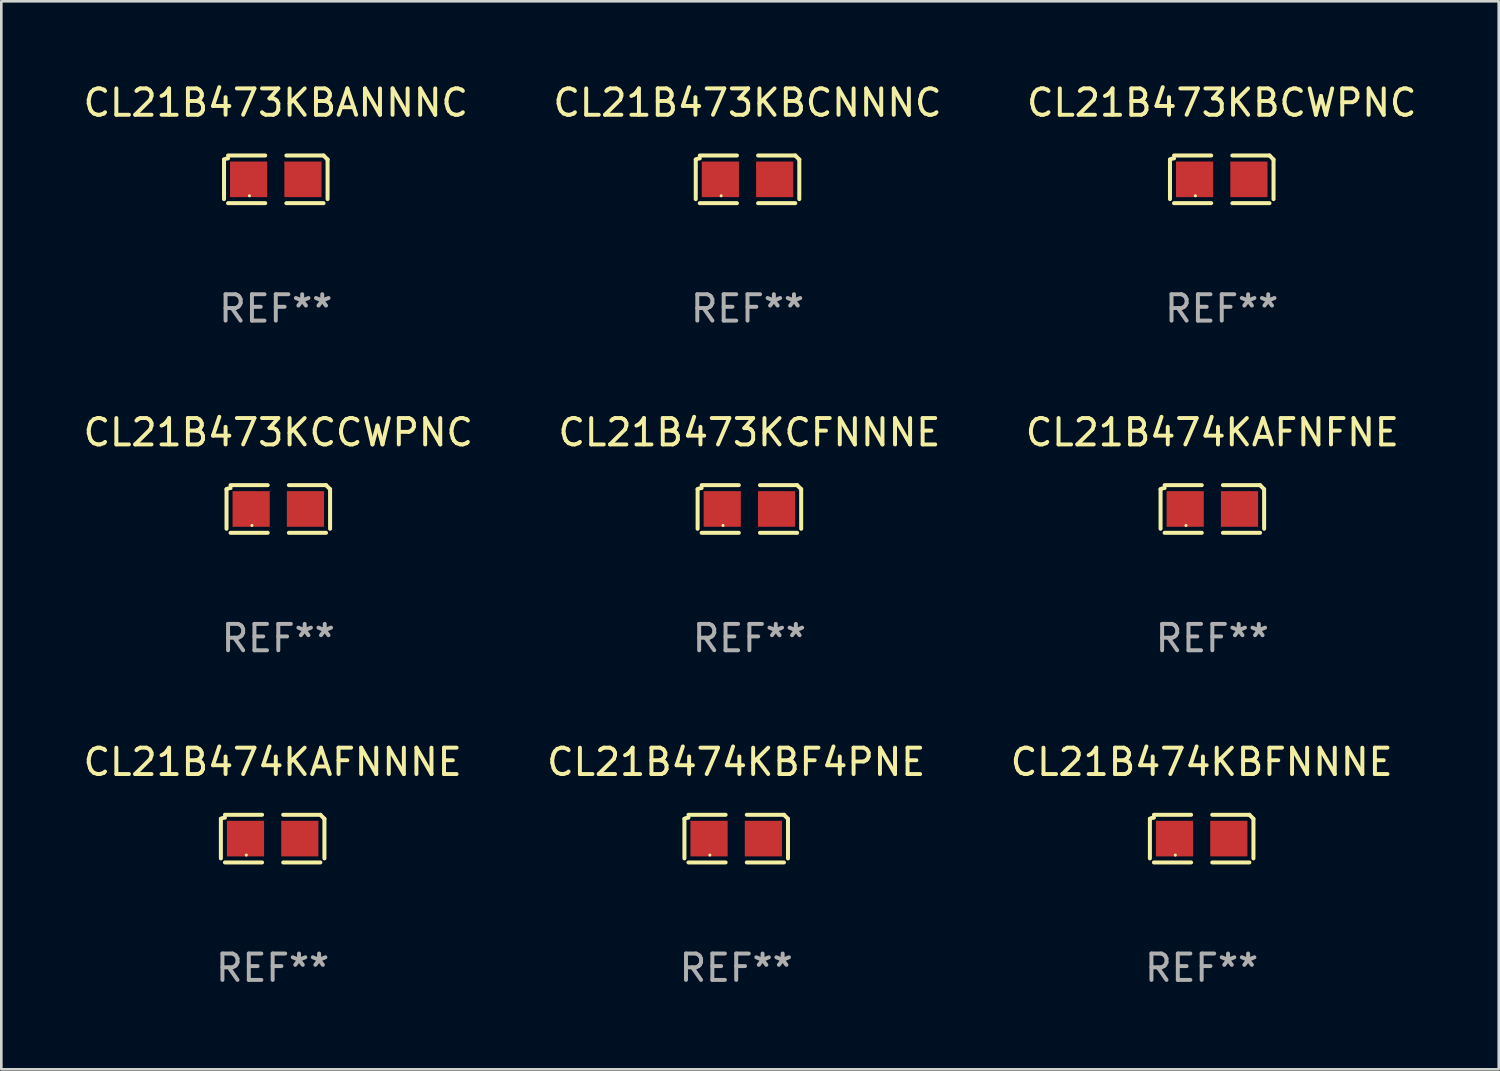
<source format=kicad_pcb>
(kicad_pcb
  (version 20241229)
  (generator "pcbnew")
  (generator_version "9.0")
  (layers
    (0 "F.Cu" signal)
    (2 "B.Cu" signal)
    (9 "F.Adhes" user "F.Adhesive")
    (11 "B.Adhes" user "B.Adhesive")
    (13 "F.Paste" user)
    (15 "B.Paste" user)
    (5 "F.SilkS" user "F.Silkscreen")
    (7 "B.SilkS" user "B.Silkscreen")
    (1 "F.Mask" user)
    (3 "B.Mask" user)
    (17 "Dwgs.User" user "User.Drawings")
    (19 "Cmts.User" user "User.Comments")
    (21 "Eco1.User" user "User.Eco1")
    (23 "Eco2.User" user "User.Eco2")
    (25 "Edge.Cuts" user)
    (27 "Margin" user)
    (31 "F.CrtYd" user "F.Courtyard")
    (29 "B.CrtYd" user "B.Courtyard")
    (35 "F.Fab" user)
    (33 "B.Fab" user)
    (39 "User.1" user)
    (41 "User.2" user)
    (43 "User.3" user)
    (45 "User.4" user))
  (footprint "CL21B474KAFNNNE"
    (layer "F.Cu")
    (at 7.292 28.759)
    (property "Reference" "CL21B474KAFNNNE" (at 0 -2.904 0) (layer "F.SilkS") (effects (font (size 1 1) (thickness 0.15))))
    (attr through_hole)
    (fp_line (start -1.964 0.751) (end -1.964 -0.751) (stroke (width 0.152) (type solid)) (layer "F.SilkS"))
    (fp_line (start -1.811 -0.904) (end -0.401 -0.904) (stroke (width 0.152) (type solid)) (layer "F.SilkS"))
    (fp_line (start -0.401 0.904) (end -1.811 0.904) (stroke (width 0.152) (type solid)) (layer "F.SilkS"))
    (fp_line (start 0.401 0.904) (end 1.811 0.904) (stroke (width 0.152) (type solid)) (layer "F.SilkS"))
    (fp_line (start 1.811 -0.904) (end 0.401 -0.904) (stroke (width 0.152) (type solid)) (layer "F.SilkS"))
    (fp_line (start 1.964 0.751) (end 1.964 -0.751) (stroke (width 0.152) (type solid)) (layer "F.SilkS"))
    (fp_arc (start -1.963602 -0.751207) (mid -1.890354 -0.783131) (end -1.811201 -0.794044) (stroke (width 0.1524) (type solid)) (layer "F.SilkS"))
    (fp_arc (start 1.811202 -0.903607) (mid 1.887413 -0.827418) (end 1.963602 -0.751207) (stroke (width 0.1524) (type solid)) (layer "F.SilkS"))
    (fp_circle (center -1 0.625) (end -0.97 0.625) (stroke (width 0.06) (type solid)) (fill no) (layer "F.SilkS"))
    (fp_text user "REF**" (at 0 4.904 0) (layer "F.Fab") (effects (font (size 1 1) (thickness 0.15))))
    (pad "1" smd rect (at -1.03 0) (size 1.41 1.35) (layers "F.Cu" "F.Mask" "F.Paste"))
    (pad "2" smd rect (at 1.03 0) (size 1.41 1.35) (layers "F.Cu" "F.Mask" "F.Paste")))
  (footprint "CL21B474KAFNFNE"
    (layer "F.Cu")
    (at 42.935 16.256)
    (property "Reference" "CL21B474KAFNFNE" (at 0 -2.904 0) (layer "F.SilkS") (effects (font (size 1 1) (thickness 0.15))))
    (attr through_hole)
    (fp_line (start -1.964 0.751) (end -1.964 -0.751) (stroke (width 0.152) (type solid)) (layer "F.SilkS"))
    (fp_line (start -1.811 -0.904) (end -0.401 -0.904) (stroke (width 0.152) (type solid)) (layer "F.SilkS"))
    (fp_line (start -0.401 0.904) (end -1.811 0.904) (stroke (width 0.152) (type solid)) (layer "F.SilkS"))
    (fp_line (start 0.401 0.904) (end 1.811 0.904) (stroke (width 0.152) (type solid)) (layer "F.SilkS"))
    (fp_line (start 1.811 -0.904) (end 0.401 -0.904) (stroke (width 0.152) (type solid)) (layer "F.SilkS"))
    (fp_line (start 1.964 0.751) (end 1.964 -0.751) (stroke (width 0.152) (type solid)) (layer "F.SilkS"))
    (fp_arc (start -1.963602 -0.751207) (mid -1.890354 -0.783131) (end -1.811201 -0.794044) (stroke (width 0.1524) (type solid)) (layer "F.SilkS"))
    (fp_arc (start 1.811202 -0.903607) (mid 1.887413 -0.827418) (end 1.963602 -0.751207) (stroke (width 0.1524) (type solid)) (layer "F.SilkS"))
    (fp_circle (center -1 0.625) (end -0.97 0.625) (stroke (width 0.06) (type solid)) (fill no) (layer "F.SilkS"))
    (fp_text user "REF**" (at 0 4.904 0) (layer "F.Fab") (effects (font (size 1 1) (thickness 0.15))))
    (pad "1" smd rect (at -1.03 0) (size 1.41 1.35) (layers "F.Cu" "F.Mask" "F.Paste"))
    (pad "2" smd rect (at 1.03 0) (size 1.41 1.35) (layers "F.Cu" "F.Mask" "F.Paste")))
  (footprint "CL21B473KBCNNNC"
    (layer "F.Cu")
    (at 25.304 3.752)
    (property "Reference" "CL21B473KBCNNNC" (at 0 -2.904 0) (layer "F.SilkS") (effects (font (size 1 1) (thickness 0.15))))
    (attr through_hole)
    (fp_line (start -1.964 0.751) (end -1.964 -0.751) (stroke (width 0.152) (type solid)) (layer "F.SilkS"))
    (fp_line (start -1.811 -0.904) (end -0.401 -0.904) (stroke (width 0.152) (type solid)) (layer "F.SilkS"))
    (fp_line (start -0.401 0.904) (end -1.811 0.904) (stroke (width 0.152) (type solid)) (layer "F.SilkS"))
    (fp_line (start 0.401 0.904) (end 1.811 0.904) (stroke (width 0.152) (type solid)) (layer "F.SilkS"))
    (fp_line (start 1.811 -0.904) (end 0.401 -0.904) (stroke (width 0.152) (type solid)) (layer "F.SilkS"))
    (fp_line (start 1.964 0.751) (end 1.964 -0.751) (stroke (width 0.152) (type solid)) (layer "F.SilkS"))
    (fp_arc (start -1.963602 -0.751207) (mid -1.890354 -0.783131) (end -1.811201 -0.794044) (stroke (width 0.1524) (type solid)) (layer "F.SilkS"))
    (fp_arc (start 1.811202 -0.903607) (mid 1.887413 -0.827418) (end 1.963602 -0.751207) (stroke (width 0.1524) (type solid)) (layer "F.SilkS"))
    (fp_circle (center -1 0.625) (end -0.97 0.625) (stroke (width 0.06) (type solid)) (fill no) (layer "F.SilkS"))
    (fp_text user "REF**" (at 0 4.904 0) (layer "F.Fab") (effects (font (size 1 1) (thickness 0.15))))
    (pad "1" smd rect (at -1.03 0) (size 1.41 1.35) (layers "F.Cu" "F.Mask" "F.Paste"))
    (pad "2" smd rect (at 1.03 0) (size 1.41 1.35) (layers "F.Cu" "F.Mask" "F.Paste")))
  (footprint "CL21B474KBF4PNE"
    (layer "F.Cu")
    (at 24.875 28.759)
    (property "Reference" "CL21B474KBF4PNE" (at 0 -2.904 0) (layer "F.SilkS") (effects (font (size 1 1) (thickness 0.15))))
    (attr through_hole)
    (fp_line (start -1.964 0.751) (end -1.964 -0.751) (stroke (width 0.152) (type solid)) (layer "F.SilkS"))
    (fp_line (start -1.811 -0.904) (end -0.401 -0.904) (stroke (width 0.152) (type solid)) (layer "F.SilkS"))
    (fp_line (start -0.401 0.904) (end -1.811 0.904) (stroke (width 0.152) (type solid)) (layer "F.SilkS"))
    (fp_line (start 0.401 0.904) (end 1.811 0.904) (stroke (width 0.152) (type solid)) (layer "F.SilkS"))
    (fp_line (start 1.811 -0.904) (end 0.401 -0.904) (stroke (width 0.152) (type solid)) (layer "F.SilkS"))
    (fp_line (start 1.964 0.751) (end 1.964 -0.751) (stroke (width 0.152) (type solid)) (layer "F.SilkS"))
    (fp_arc (start -1.963602 -0.751207) (mid -1.890354 -0.783131) (end -1.811201 -0.794044) (stroke (width 0.1524) (type solid)) (layer "F.SilkS"))
    (fp_arc (start 1.811202 -0.903607) (mid 1.887413 -0.827418) (end 1.963602 -0.751207) (stroke (width 0.1524) (type solid)) (layer "F.SilkS"))
    (fp_circle (center -1 0.625) (end -0.97 0.625) (stroke (width 0.06) (type solid)) (fill no) (layer "F.SilkS"))
    (fp_text user "REF**" (at 0 4.904 0) (layer "F.Fab") (effects (font (size 1 1) (thickness 0.15))))
    (pad "1" smd rect (at -1.03 0) (size 1.41 1.35) (layers "F.Cu" "F.Mask" "F.Paste"))
    (pad "2" smd rect (at 1.03 0) (size 1.41 1.35) (layers "F.Cu" "F.Mask" "F.Paste")))
  (footprint "CL21B474KBFNNNE"
    (layer "F.Cu")
    (at 42.53 28.759)
    (property "Reference" "CL21B474KBFNNNE" (at 0 -2.904 0) (layer "F.SilkS") (effects (font (size 1 1) (thickness 0.15))))
    (attr through_hole)
    (fp_line (start -1.964 0.751) (end -1.964 -0.751) (stroke (width 0.152) (type solid)) (layer "F.SilkS"))
    (fp_line (start -1.811 -0.904) (end -0.401 -0.904) (stroke (width 0.152) (type solid)) (layer "F.SilkS"))
    (fp_line (start -0.401 0.904) (end -1.811 0.904) (stroke (width 0.152) (type solid)) (layer "F.SilkS"))
    (fp_line (start 0.401 0.904) (end 1.811 0.904) (stroke (width 0.152) (type solid)) (layer "F.SilkS"))
    (fp_line (start 1.811 -0.904) (end 0.401 -0.904) (stroke (width 0.152) (type solid)) (layer "F.SilkS"))
    (fp_line (start 1.964 0.751) (end 1.964 -0.751) (stroke (width 0.152) (type solid)) (layer "F.SilkS"))
    (fp_arc (start -1.963602 -0.751207) (mid -1.890354 -0.783131) (end -1.811201 -0.794044) (stroke (width 0.1524) (type solid)) (layer "F.SilkS"))
    (fp_arc (start 1.811202 -0.903607) (mid 1.887413 -0.827418) (end 1.963602 -0.751207) (stroke (width 0.1524) (type solid)) (layer "F.SilkS"))
    (fp_circle (center -1 0.625) (end -0.97 0.625) (stroke (width 0.06) (type solid)) (fill no) (layer "F.SilkS"))
    (fp_text user "REF**" (at 0 4.904 0) (layer "F.Fab") (effects (font (size 1 1) (thickness 0.15))))
    (pad "1" smd rect (at -1.03 0) (size 1.41 1.35) (layers "F.Cu" "F.Mask" "F.Paste"))
    (pad "2" smd rect (at 1.03 0) (size 1.41 1.35) (layers "F.Cu" "F.Mask" "F.Paste")))
  (footprint "CL21B473KCFNNNE"
    (layer "F.Cu")
    (at 25.375 16.256)
    (property "Reference" "CL21B473KCFNNNE" (at 0 -2.904 0) (layer "F.SilkS") (effects (font (size 1 1) (thickness 0.15))))
    (attr through_hole)
    (fp_line (start -1.964 0.751) (end -1.964 -0.751) (stroke (width 0.152) (type solid)) (layer "F.SilkS"))
    (fp_line (start -1.811 -0.904) (end -0.401 -0.904) (stroke (width 0.152) (type solid)) (layer "F.SilkS"))
    (fp_line (start -0.401 0.904) (end -1.811 0.904) (stroke (width 0.152) (type solid)) (layer "F.SilkS"))
    (fp_line (start 0.401 0.904) (end 1.811 0.904) (stroke (width 0.152) (type solid)) (layer "F.SilkS"))
    (fp_line (start 1.811 -0.904) (end 0.401 -0.904) (stroke (width 0.152) (type solid)) (layer "F.SilkS"))
    (fp_line (start 1.964 0.751) (end 1.964 -0.751) (stroke (width 0.152) (type solid)) (layer "F.SilkS"))
    (fp_arc (start -1.963602 -0.751207) (mid -1.890354 -0.783131) (end -1.811201 -0.794044) (stroke (width 0.1524) (type solid)) (layer "F.SilkS"))
    (fp_arc (start 1.811202 -0.903607) (mid 1.887413 -0.827418) (end 1.963602 -0.751207) (stroke (width 0.1524) (type solid)) (layer "F.SilkS"))
    (fp_circle (center -1 0.625) (end -0.97 0.625) (stroke (width 0.06) (type solid)) (fill no) (layer "F.SilkS"))
    (fp_text user "REF**" (at 0 4.904 0) (layer "F.Fab") (effects (font (size 1 1) (thickness 0.15))))
    (pad "1" smd rect (at -1.03 0) (size 1.41 1.35) (layers "F.Cu" "F.Mask" "F.Paste"))
    (pad "2" smd rect (at 1.03 0) (size 1.41 1.35) (layers "F.Cu" "F.Mask" "F.Paste")))
  (footprint "CL21B473KBCWPNC"
    (layer "F.Cu")
    (at 43.292 3.752)
    (property "Reference" "CL21B473KBCWPNC" (at 0 -2.904 0) (layer "F.SilkS") (effects (font (size 1 1) (thickness 0.15))))
    (attr through_hole)
    (fp_line (start -1.964 0.751) (end -1.964 -0.751) (stroke (width 0.152) (type solid)) (layer "F.SilkS"))
    (fp_line (start -1.811 -0.904) (end -0.401 -0.904) (stroke (width 0.152) (type solid)) (layer "F.SilkS"))
    (fp_line (start -0.401 0.904) (end -1.811 0.904) (stroke (width 0.152) (type solid)) (layer "F.SilkS"))
    (fp_line (start 0.401 0.904) (end 1.811 0.904) (stroke (width 0.152) (type solid)) (layer "F.SilkS"))
    (fp_line (start 1.811 -0.904) (end 0.401 -0.904) (stroke (width 0.152) (type solid)) (layer "F.SilkS"))
    (fp_line (start 1.964 0.751) (end 1.964 -0.751) (stroke (width 0.152) (type solid)) (layer "F.SilkS"))
    (fp_arc (start -1.963602 -0.751207) (mid -1.890354 -0.783131) (end -1.811201 -0.794044) (stroke (width 0.1524) (type solid)) (layer "F.SilkS"))
    (fp_arc (start 1.811202 -0.903607) (mid 1.887413 -0.827418) (end 1.963602 -0.751207) (stroke (width 0.1524) (type solid)) (layer "F.SilkS"))
    (fp_circle (center -1 0.625) (end -0.97 0.625) (stroke (width 0.06) (type solid)) (fill no) (layer "F.SilkS"))
    (fp_text user "REF**" (at 0 4.904 0) (layer "F.Fab") (effects (font (size 1 1) (thickness 0.15))))
    (pad "1" smd rect (at -1.03 0) (size 1.41 1.35) (layers "F.Cu" "F.Mask" "F.Paste"))
    (pad "2" smd rect (at 1.03 0) (size 1.41 1.35) (layers "F.Cu" "F.Mask" "F.Paste")))
  (footprint "CL21B473KCCWPNC"
    (layer "F.Cu")
    (at 7.506 16.256)
    (property "Reference" "CL21B473KCCWPNC" (at 0 -2.904 0) (layer "F.SilkS") (effects (font (size 1 1) (thickness 0.15))))
    (attr through_hole)
    (fp_line (start -1.964 0.751) (end -1.964 -0.751) (stroke (width 0.152) (type solid)) (layer "F.SilkS"))
    (fp_line (start -1.811 -0.904) (end -0.401 -0.904) (stroke (width 0.152) (type solid)) (layer "F.SilkS"))
    (fp_line (start -0.401 0.904) (end -1.811 0.904) (stroke (width 0.152) (type solid)) (layer "F.SilkS"))
    (fp_line (start 0.401 0.904) (end 1.811 0.904) (stroke (width 0.152) (type solid)) (layer "F.SilkS"))
    (fp_line (start 1.811 -0.904) (end 0.401 -0.904) (stroke (width 0.152) (type solid)) (layer "F.SilkS"))
    (fp_line (start 1.964 0.751) (end 1.964 -0.751) (stroke (width 0.152) (type solid)) (layer "F.SilkS"))
    (fp_arc (start -1.963602 -0.751207) (mid -1.890354 -0.783131) (end -1.811201 -0.794044) (stroke (width 0.1524) (type solid)) (layer "F.SilkS"))
    (fp_arc (start 1.811202 -0.903607) (mid 1.887413 -0.827418) (end 1.963602 -0.751207) (stroke (width 0.1524) (type solid)) (layer "F.SilkS"))
    (fp_circle (center -1 0.625) (end -0.97 0.625) (stroke (width 0.06) (type solid)) (fill no) (layer "F.SilkS"))
    (fp_text user "REF**" (at 0 4.904 0) (layer "F.Fab") (effects (font (size 1 1) (thickness 0.15))))
    (pad "1" smd rect (at -1.03 0) (size 1.41 1.35) (layers "F.Cu" "F.Mask" "F.Paste"))
    (pad "2" smd rect (at 1.03 0) (size 1.41 1.35) (layers "F.Cu" "F.Mask" "F.Paste")))
  (footprint "CL21B473KBANNNC"
    (layer "F.Cu")
    (at 7.411 3.752)
    (property "Reference" "CL21B473KBANNNC" (at 0 -2.904 0) (layer "F.SilkS") (effects (font (size 1 1) (thickness 0.15))))
    (attr through_hole)
    (fp_line (start -1.964 0.751) (end -1.964 -0.751) (stroke (width 0.152) (type solid)) (layer "F.SilkS"))
    (fp_line (start -1.811 -0.904) (end -0.401 -0.904) (stroke (width 0.152) (type solid)) (layer "F.SilkS"))
    (fp_line (start -0.401 0.904) (end -1.811 0.904) (stroke (width 0.152) (type solid)) (layer "F.SilkS"))
    (fp_line (start 0.401 0.904) (end 1.811 0.904) (stroke (width 0.152) (type solid)) (layer "F.SilkS"))
    (fp_line (start 1.811 -0.904) (end 0.401 -0.904) (stroke (width 0.152) (type solid)) (layer "F.SilkS"))
    (fp_line (start 1.964 0.751) (end 1.964 -0.751) (stroke (width 0.152) (type solid)) (layer "F.SilkS"))
    (fp_arc (start -1.963602 -0.751207) (mid -1.890354 -0.783131) (end -1.811201 -0.794044) (stroke (width 0.1524) (type solid)) (layer "F.SilkS"))
    (fp_arc (start 1.811202 -0.903607) (mid 1.887413 -0.827418) (end 1.963602 -0.751207) (stroke (width 0.1524) (type solid)) (layer "F.SilkS"))
    (fp_circle (center -1 0.625) (end -0.97 0.625) (stroke (width 0.06) (type solid)) (fill no) (layer "F.SilkS"))
    (fp_text user "REF**" (at 0 4.904 0) (layer "F.Fab") (effects (font (size 1 1) (thickness 0.15))))
    (pad "1" smd rect (at -1.03 0) (size 1.41 1.35) (layers "F.Cu" "F.Mask" "F.Paste"))
    (pad "2" smd rect (at 1.03 0) (size 1.41 1.35) (layers "F.Cu" "F.Mask" "F.Paste")))
  (gr_rect
    (start -3 -3)
    (end 53.798 37.511)
    (stroke (width 0.1) (type default))
    (fill no)
    (layer "Edge.Cuts")))
</source>
